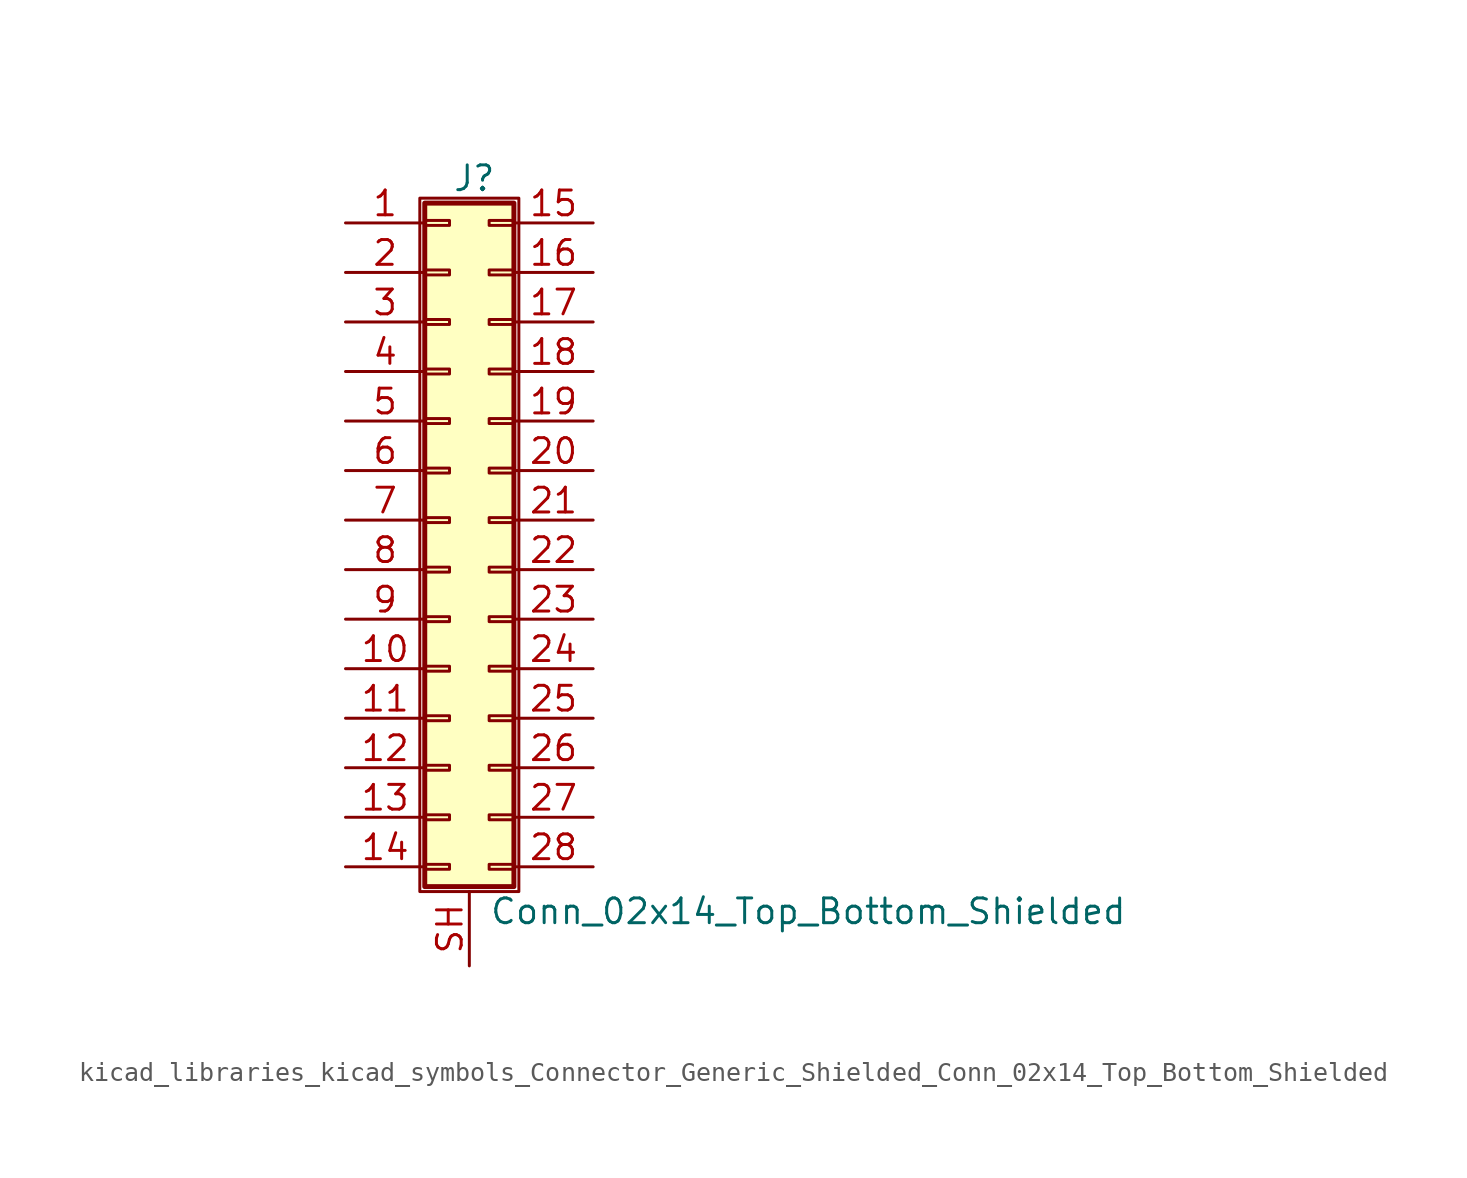
<source format=kicad_sym>
(kicad_symbol_lib
  (version 20220914)
  (generator kicad_symbol_editor)
  (symbol "kicad_libraries_kicad_symbols_Connector_Generic_Shielded_Conn_02x14_Top_Bottom_Shielded"
    (pin_names
      (offset 1.016) hide)
    (property "Reference" "J"
      (at 1.524 17.526 0)
      (effects (font (size 1.27 1.27))))
    (property "Value" "Conn_02x14_Top_Bottom_Shielded"
      (at 2.286 -20.066 0)
      (effects (font (size 1.27 1.27)) (justify left)))
    (symbol "kicad_libraries_kicad_symbols_Connector_Generic_Shielded_Conn_02x14_Top_Bottom_Shielded_1_1"
      (rectangle (start -1.27 16.51) (end 3.81 -19.05) (stroke (width 0.152) (type default)) (fill (type none)))
      (rectangle (start -1.016 -17.653) (end 0.254 -17.907) (stroke (width 0.152) (type default)) (fill (type none)))
      (rectangle (start -1.016 -15.113) (end 0.254 -15.367) (stroke (width 0.152) (type default)) (fill (type none)))
      (rectangle (start -1.016 -12.573) (end 0.254 -12.827) (stroke (width 0.152) (type default)) (fill (type none)))
      (rectangle (start -1.016 -10.033) (end 0.254 -10.287) (stroke (width 0.152) (type default)) (fill (type none)))
      (rectangle (start -1.016 -7.493) (end 0.254 -7.747) (stroke (width 0.152) (type default)) (fill (type none)))
      (rectangle (start -1.016 -4.953) (end 0.254 -5.207) (stroke (width 0.152) (type default)) (fill (type none)))
      (rectangle (start -1.016 -2.413) (end 0.254 -2.667) (stroke (width 0.152) (type default)) (fill (type none)))
      (rectangle (start -1.016 0.127) (end 0.254 -0.127) (stroke (width 0.152) (type default)) (fill (type none)))
      (rectangle (start -1.016 2.667) (end 0.254 2.413) (stroke (width 0.152) (type default)) (fill (type none)))
      (rectangle (start -1.016 5.207) (end 0.254 4.953) (stroke (width 0.152) (type default)) (fill (type none)))
      (rectangle (start -1.016 7.747) (end 0.254 7.493) (stroke (width 0.152) (type default)) (fill (type none)))
      (rectangle (start -1.016 10.287) (end 0.254 10.033) (stroke (width 0.152) (type default)) (fill (type none)))
      (rectangle (start -1.016 12.827) (end 0.254 12.573) (stroke (width 0.152) (type default)) (fill (type none)))
      (rectangle (start -1.016 15.367) (end 0.254 15.113) (stroke (width 0.152) (type default)) (fill (type none)))
      (rectangle (start -1.016 16.256) (end 3.556 -18.796) (stroke (width 0.254) (type default)) (fill (type background)))
      (rectangle (start 3.556 -17.653) (end 2.286 -17.907) (stroke (width 0.152) (type default)) (fill (type none)))
      (rectangle (start 3.556 -15.113) (end 2.286 -15.367) (stroke (width 0.152) (type default)) (fill (type none)))
      (rectangle (start 3.556 -12.573) (end 2.286 -12.827) (stroke (width 0.152) (type default)) (fill (type none)))
      (rectangle (start 3.556 -10.033) (end 2.286 -10.287) (stroke (width 0.152) (type default)) (fill (type none)))
      (rectangle (start 3.556 -7.493) (end 2.286 -7.747) (stroke (width 0.152) (type default)) (fill (type none)))
      (rectangle (start 3.556 -4.953) (end 2.286 -5.207) (stroke (width 0.152) (type default)) (fill (type none)))
      (rectangle (start 3.556 -2.413) (end 2.286 -2.667) (stroke (width 0.152) (type default)) (fill (type none)))
      (rectangle (start 3.556 0.127) (end 2.286 -0.127) (stroke (width 0.152) (type default)) (fill (type none)))
      (rectangle (start 3.556 2.667) (end 2.286 2.413) (stroke (width 0.152) (type default)) (fill (type none)))
      (rectangle (start 3.556 5.207) (end 2.286 4.953) (stroke (width 0.152) (type default)) (fill (type none)))
      (rectangle (start 3.556 7.747) (end 2.286 7.493) (stroke (width 0.152) (type default)) (fill (type none)))
      (rectangle (start 3.556 10.287) (end 2.286 10.033) (stroke (width 0.152) (type default)) (fill (type none)))
      (rectangle (start 3.556 12.827) (end 2.286 12.573) (stroke (width 0.152) (type default)) (fill (type none)))
      (rectangle (start 3.556 15.367) (end 2.286 15.113) (stroke (width 0.152) (type default)) (fill (type none)))
      (pin passive line (at -5.08 15.24 0) (length 4.064) (name "Pin_1" (effects (font (size 1.27 1.27)))) (number "1" (effects (font (size 1.27 1.27)))))
      (pin passive line (at -5.08 -7.62 0) (length 4.064) (name "Pin_10" (effects (font (size 1.27 1.27)))) (number "10" (effects (font (size 1.27 1.27)))))
      (pin passive line (at -5.08 -10.16 0) (length 4.064) (name "Pin_11" (effects (font (size 1.27 1.27)))) (number "11" (effects (font (size 1.27 1.27)))))
      (pin passive line (at -5.08 -12.7 0) (length 4.064) (name "Pin_12" (effects (font (size 1.27 1.27)))) (number "12" (effects (font (size 1.27 1.27)))))
      (pin passive line (at -5.08 -15.24 0) (length 4.064) (name "Pin_13" (effects (font (size 1.27 1.27)))) (number "13" (effects (font (size 1.27 1.27)))))
      (pin passive line (at -5.08 -17.78 0) (length 4.064) (name "Pin_14" (effects (font (size 1.27 1.27)))) (number "14" (effects (font (size 1.27 1.27)))))
      (pin passive line (at 7.62 15.24 180) (length 4.064) (name "Pin_15" (effects (font (size 1.27 1.27)))) (number "15" (effects (font (size 1.27 1.27)))))
      (pin passive line (at 7.62 12.7 180) (length 4.064) (name "Pin_16" (effects (font (size 1.27 1.27)))) (number "16" (effects (font (size 1.27 1.27)))))
      (pin passive line (at 7.62 10.16 180) (length 4.064) (name "Pin_17" (effects (font (size 1.27 1.27)))) (number "17" (effects (font (size 1.27 1.27)))))
      (pin passive line (at 7.62 7.62 180) (length 4.064) (name "Pin_18" (effects (font (size 1.27 1.27)))) (number "18" (effects (font (size 1.27 1.27)))))
      (pin passive line (at 7.62 5.08 180) (length 4.064) (name "Pin_19" (effects (font (size 1.27 1.27)))) (number "19" (effects (font (size 1.27 1.27)))))
      (pin passive line (at -5.08 12.7 0) (length 4.064) (name "Pin_2" (effects (font (size 1.27 1.27)))) (number "2" (effects (font (size 1.27 1.27)))))
      (pin passive line (at 7.62 2.54 180) (length 4.064) (name "Pin_20" (effects (font (size 1.27 1.27)))) (number "20" (effects (font (size 1.27 1.27)))))
      (pin passive line (at 7.62 0 180) (length 4.064) (name "Pin_21" (effects (font (size 1.27 1.27)))) (number "21" (effects (font (size 1.27 1.27)))))
      (pin passive line (at 7.62 -2.54 180) (length 4.064) (name "Pin_22" (effects (font (size 1.27 1.27)))) (number "22" (effects (font (size 1.27 1.27)))))
      (pin passive line (at 7.62 -5.08 180) (length 4.064) (name "Pin_23" (effects (font (size 1.27 1.27)))) (number "23" (effects (font (size 1.27 1.27)))))
      (pin passive line (at 7.62 -7.62 180) (length 4.064) (name "Pin_24" (effects (font (size 1.27 1.27)))) (number "24" (effects (font (size 1.27 1.27)))))
      (pin passive line (at 7.62 -10.16 180) (length 4.064) (name "Pin_25" (effects (font (size 1.27 1.27)))) (number "25" (effects (font (size 1.27 1.27)))))
      (pin passive line (at 7.62 -12.7 180) (length 4.064) (name "Pin_26" (effects (font (size 1.27 1.27)))) (number "26" (effects (font (size 1.27 1.27)))))
      (pin passive line (at 7.62 -15.24 180) (length 4.064) (name "Pin_27" (effects (font (size 1.27 1.27)))) (number "27" (effects (font (size 1.27 1.27)))))
      (pin passive line (at 7.62 -17.78 180) (length 4.064) (name "Pin_28" (effects (font (size 1.27 1.27)))) (number "28" (effects (font (size 1.27 1.27)))))
      (pin passive line (at -5.08 10.16 0) (length 4.064) (name "Pin_3" (effects (font (size 1.27 1.27)))) (number "3" (effects (font (size 1.27 1.27)))))
      (pin passive line (at -5.08 7.62 0) (length 4.064) (name "Pin_4" (effects (font (size 1.27 1.27)))) (number "4" (effects (font (size 1.27 1.27)))))
      (pin passive line (at -5.08 5.08 0) (length 4.064) (name "Pin_5" (effects (font (size 1.27 1.27)))) (number "5" (effects (font (size 1.27 1.27)))))
      (pin passive line (at -5.08 2.54 0) (length 4.064) (name "Pin_6" (effects (font (size 1.27 1.27)))) (number "6" (effects (font (size 1.27 1.27)))))
      (pin passive line (at -5.08 0 0) (length 4.064) (name "Pin_7" (effects (font (size 1.27 1.27)))) (number "7" (effects (font (size 1.27 1.27)))))
      (pin passive line (at -5.08 -2.54 0) (length 4.064) (name "Pin_8" (effects (font (size 1.27 1.27)))) (number "8" (effects (font (size 1.27 1.27)))))
      (pin passive line (at -5.08 -5.08 0) (length 4.064) (name "Pin_9" (effects (font (size 1.27 1.27)))) (number "9" (effects (font (size 1.27 1.27)))))
      (pin passive line (at 1.27 -22.86 90) (length 3.81) (name "Shield" (effects (font (size 1.27 1.27)))) (number "SH" (effects (font (size 1.27 1.27))))))))
</source>
